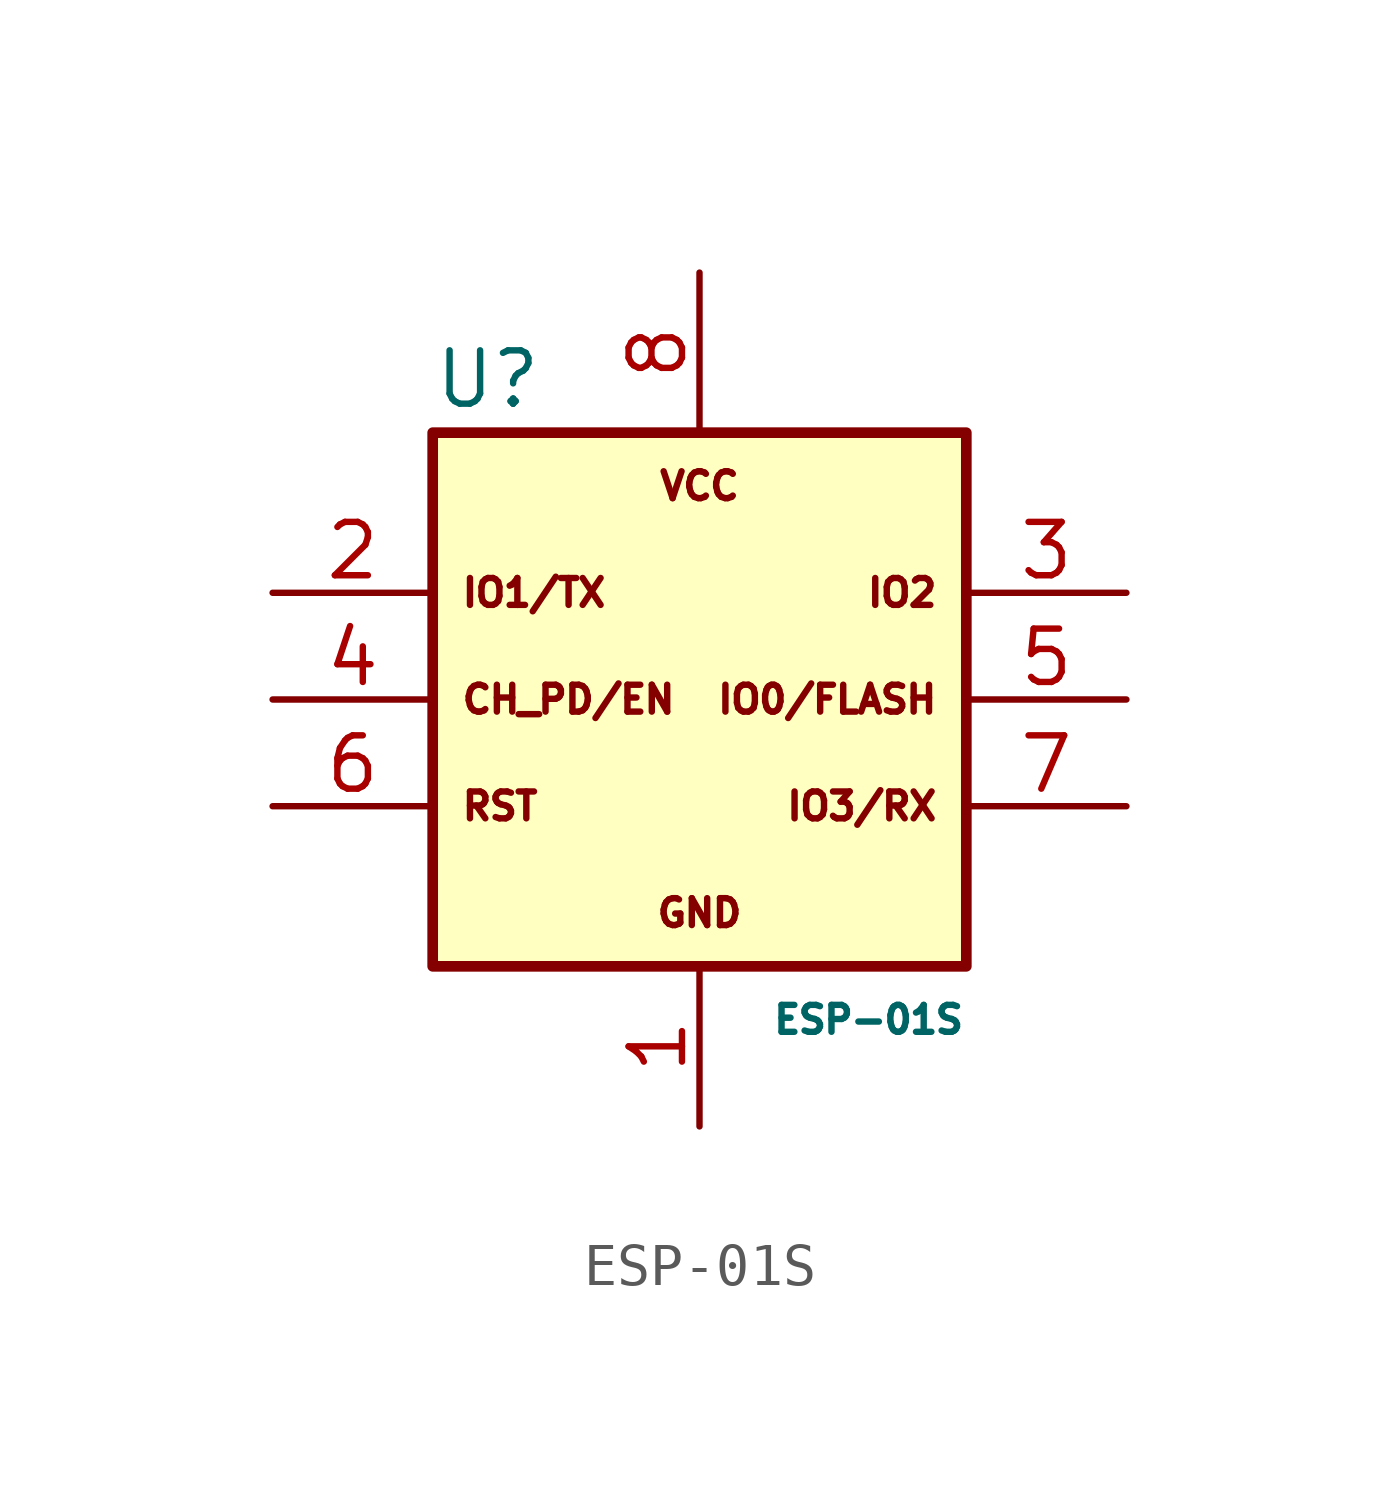
<source format=kicad_sym>
(kicad_symbol_lib
  (version 20211014)
  (generator kicad_symbol_editor)
  (symbol "ESP-01S"
    (pin_names
      (offset 1.016) hide)
    (property "Reference" "U"
      (at -6.35 5.08 0)
      (effects (font (size 1.27 1.27)) (justify left)))
    (property "Value" "ESP-01S"
      (at 6.35 -10.16 0)
      (effects (font (size 0.64 0.64)) (justify right)))
    (symbol "ESP-01S_0_0"
      (text "CH_PD/EN" (at -5.715 -2.54 0) (effects (font (size 0.64 0.64)) (justify left)))
      (text "GND" (at 0 -7.62 0) (effects (font (size 0.64 0.64))))
      (text "IO0/FLASH" (at 5.715 -2.54 0) (effects (font (size 0.64 0.64)) (justify right)))
      (text "IO1/TX" (at -5.715 0 0) (effects (font (size 0.64 0.64)) (justify left)))
      (text "IO2" (at 5.715 0 0) (effects (font (size 0.64 0.64)) (justify right)))
      (text "IO3/RX" (at 5.715 -5.08 0) (effects (font (size 0.64 0.64)) (justify right)))
      (text "RST" (at -5.715 -5.08 0) (effects (font (size 0.64 0.64)) (justify left)))
      (text "VCC" (at 0 2.54 0) (effects (font (size 0.64 0.64)))))
    (symbol "ESP-01S_1_1"
      (rectangle (start -6.35 3.81) (end 6.35 -8.89) (stroke (width 0.254) (type default) (color 0 0 0 0)) (fill (type background)))
      (pin passive line (at 0 -12.7 90) (length 3.81) (name "Pin_1" (effects (font (size 1.27 1.27)))) (number "1" (effects (font (size 1.27 1.27)))))
      (pin passive line (at -10.16 0 0) (length 3.81) (name "Pin_2" (effects (font (size 1.27 1.27)))) (number "2" (effects (font (size 1.27 1.27)))))
      (pin passive line (at 10.16 0 180) (length 3.81) (name "Pin_3" (effects (font (size 1.27 1.27)))) (number "3" (effects (font (size 1.27 1.27)))))
      (pin passive line (at -10.16 -2.54 0) (length 3.81) (name "Pin_4" (effects (font (size 1.27 1.27)))) (number "4" (effects (font (size 1.27 1.27)))))
      (pin passive line (at 10.16 -2.54 180) (length 3.81) (name "Pin_5" (effects (font (size 1.27 1.27)))) (number "5" (effects (font (size 1.27 1.27)))))
      (pin passive line (at -10.16 -5.08 0) (length 3.81) (name "Pin_6" (effects (font (size 1.27 1.27)))) (number "6" (effects (font (size 1.27 1.27)))))
      (pin passive line (at 10.16 -5.08 180) (length 3.81) (name "Pin_7" (effects (font (size 1.27 1.27)))) (number "7" (effects (font (size 1.27 1.27)))))
      (pin passive line (at 0 7.62 270) (length 3.81) (name "Pin_8" (effects (font (size 1.27 1.27)))) (number "8" (effects (font (size 1.27 1.27))))))))
</source>
